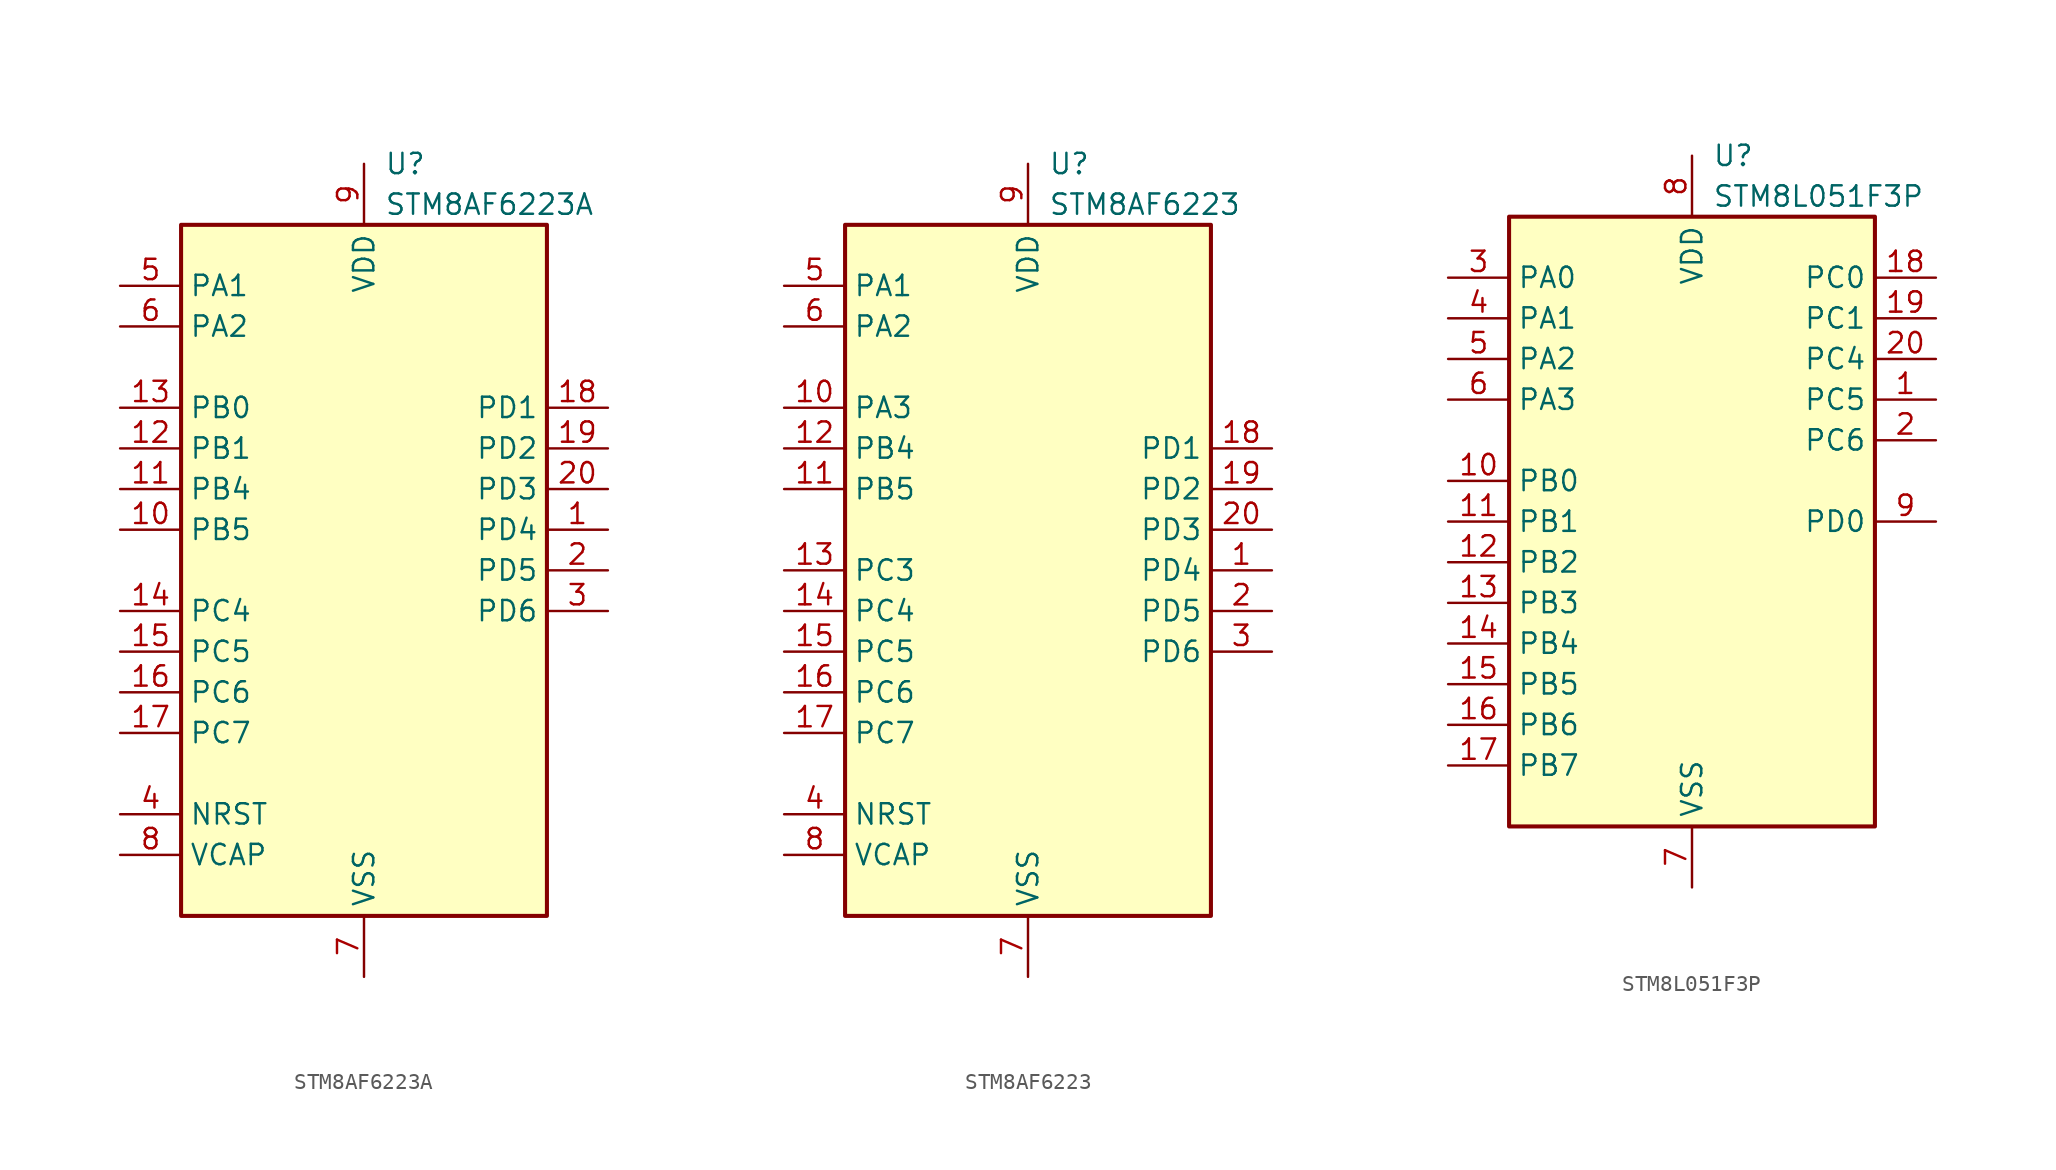
<source format=kicad_sym>
(kicad_symbol_lib
  (version 20201005)
  (generator kicad_symbol_editor)
  (symbol "STM8AF6223A"
    (property "Reference" "U"
      (at 1.27 25.4 0)
      (effects (font (size 1.27 1.27)) (justify left)))
    (property "Value" "STM8AF6223A"
      (at 1.27 22.86 0)
      (effects (font (size 1.27 1.27)) (justify left)))
    (symbol "STM8AF6223A_0_1"
      (rectangle (start -11.43 21.59) (end 11.43 -21.59) (stroke (width 0.254)) (fill (type background))))
    (symbol "STM8AF6223A_1_1"
      (pin bidirectional line (at 15.24 2.54 180) (length 3.81) (name "PD4" (effects (font (size 1.27 1.27)))) (number "1" (effects (font (size 1.27 1.27)))))
      (pin bidirectional line (at -15.24 2.54 0) (length 3.81) (name "PB5" (effects (font (size 1.27 1.27)))) (number "10" (effects (font (size 1.27 1.27)))))
      (pin bidirectional line (at -15.24 5.08 0) (length 3.81) (name "PB4" (effects (font (size 1.27 1.27)))) (number "11" (effects (font (size 1.27 1.27)))))
      (pin bidirectional line (at -15.24 7.62 0) (length 3.81) (name "PB1" (effects (font (size 1.27 1.27)))) (number "12" (effects (font (size 1.27 1.27)))))
      (pin bidirectional line (at -15.24 10.16 0) (length 3.81) (name "PB0" (effects (font (size 1.27 1.27)))) (number "13" (effects (font (size 1.27 1.27)))))
      (pin bidirectional line (at -15.24 -2.54 0) (length 3.81) (name "PC4" (effects (font (size 1.27 1.27)))) (number "14" (effects (font (size 1.27 1.27)))))
      (pin bidirectional line (at -15.24 -5.08 0) (length 3.81) (name "PC5" (effects (font (size 1.27 1.27)))) (number "15" (effects (font (size 1.27 1.27)))))
      (pin bidirectional line (at -15.24 -7.62 0) (length 3.81) (name "PC6" (effects (font (size 1.27 1.27)))) (number "16" (effects (font (size 1.27 1.27)))))
      (pin bidirectional line (at -15.24 -10.16 0) (length 3.81) (name "PC7" (effects (font (size 1.27 1.27)))) (number "17" (effects (font (size 1.27 1.27)))))
      (pin bidirectional line (at 15.24 10.16 180) (length 3.81) (name "PD1" (effects (font (size 1.27 1.27)))) (number "18" (effects (font (size 1.27 1.27)))))
      (pin bidirectional line (at 15.24 7.62 180) (length 3.81) (name "PD2" (effects (font (size 1.27 1.27)))) (number "19" (effects (font (size 1.27 1.27)))))
      (pin bidirectional line (at 15.24 0 180) (length 3.81) (name "PD5" (effects (font (size 1.27 1.27)))) (number "2" (effects (font (size 1.27 1.27)))))
      (pin bidirectional line (at 15.24 5.08 180) (length 3.81) (name "PD3" (effects (font (size 1.27 1.27)))) (number "20" (effects (font (size 1.27 1.27)))))
      (pin bidirectional line (at 15.24 -2.54 180) (length 3.81) (name "PD6" (effects (font (size 1.27 1.27)))) (number "3" (effects (font (size 1.27 1.27)))))
      (pin input line (at -15.24 -15.24 0) (length 3.81) (name "NRST" (effects (font (size 1.27 1.27)))) (number "4" (effects (font (size 1.27 1.27)))))
      (pin bidirectional line (at -15.24 17.78 0) (length 3.81) (name "PA1" (effects (font (size 1.27 1.27)))) (number "5" (effects (font (size 1.27 1.27)))))
      (pin bidirectional line (at -15.24 15.24 0) (length 3.81) (name "PA2" (effects (font (size 1.27 1.27)))) (number "6" (effects (font (size 1.27 1.27)))))
      (pin power_in line (at 0 -25.4 90) (length 3.81) (name "VSS" (effects (font (size 1.27 1.27)))) (number "7" (effects (font (size 1.27 1.27)))))
      (pin input line (at -15.24 -17.78 0) (length 3.81) (name "VCAP" (effects (font (size 1.27 1.27)))) (number "8" (effects (font (size 1.27 1.27)))))
      (pin power_in line (at 0 25.4 270) (length 3.81) (name "VDD" (effects (font (size 1.27 1.27)))) (number "9" (effects (font (size 1.27 1.27)))))))
  (symbol "STM8AF6223"
    (property "Reference" "U"
      (at 1.27 25.4 0)
      (effects (font (size 1.27 1.27)) (justify left)))
    (property "Value" "STM8AF6223"
      (at 1.27 22.86 0)
      (effects (font (size 1.27 1.27)) (justify left)))
    (symbol "STM8AF6223_0_1"
      (rectangle (start -11.43 21.59) (end 11.43 -21.59) (stroke (width 0.254)) (fill (type background))))
    (symbol "STM8AF6223_1_1"
      (pin bidirectional line (at 15.24 0 180) (length 3.81) (name "PD4" (effects (font (size 1.27 1.27)))) (number "1" (effects (font (size 1.27 1.27)))))
      (pin bidirectional line (at -15.24 10.16 0) (length 3.81) (name "PA3" (effects (font (size 1.27 1.27)))) (number "10" (effects (font (size 1.27 1.27)))))
      (pin bidirectional line (at -15.24 5.08 0) (length 3.81) (name "PB5" (effects (font (size 1.27 1.27)))) (number "11" (effects (font (size 1.27 1.27)))))
      (pin bidirectional line (at -15.24 7.62 0) (length 3.81) (name "PB4" (effects (font (size 1.27 1.27)))) (number "12" (effects (font (size 1.27 1.27)))))
      (pin bidirectional line (at -15.24 0 0) (length 3.81) (name "PC3" (effects (font (size 1.27 1.27)))) (number "13" (effects (font (size 1.27 1.27)))))
      (pin bidirectional line (at -15.24 -2.54 0) (length 3.81) (name "PC4" (effects (font (size 1.27 1.27)))) (number "14" (effects (font (size 1.27 1.27)))))
      (pin bidirectional line (at -15.24 -5.08 0) (length 3.81) (name "PC5" (effects (font (size 1.27 1.27)))) (number "15" (effects (font (size 1.27 1.27)))))
      (pin bidirectional line (at -15.24 -7.62 0) (length 3.81) (name "PC6" (effects (font (size 1.27 1.27)))) (number "16" (effects (font (size 1.27 1.27)))))
      (pin bidirectional line (at -15.24 -10.16 0) (length 3.81) (name "PC7" (effects (font (size 1.27 1.27)))) (number "17" (effects (font (size 1.27 1.27)))))
      (pin bidirectional line (at 15.24 7.62 180) (length 3.81) (name "PD1" (effects (font (size 1.27 1.27)))) (number "18" (effects (font (size 1.27 1.27)))))
      (pin bidirectional line (at 15.24 5.08 180) (length 3.81) (name "PD2" (effects (font (size 1.27 1.27)))) (number "19" (effects (font (size 1.27 1.27)))))
      (pin bidirectional line (at 15.24 -2.54 180) (length 3.81) (name "PD5" (effects (font (size 1.27 1.27)))) (number "2" (effects (font (size 1.27 1.27)))))
      (pin bidirectional line (at 15.24 2.54 180) (length 3.81) (name "PD3" (effects (font (size 1.27 1.27)))) (number "20" (effects (font (size 1.27 1.27)))))
      (pin bidirectional line (at 15.24 -5.08 180) (length 3.81) (name "PD6" (effects (font (size 1.27 1.27)))) (number "3" (effects (font (size 1.27 1.27)))))
      (pin input line (at -15.24 -15.24 0) (length 3.81) (name "NRST" (effects (font (size 1.27 1.27)))) (number "4" (effects (font (size 1.27 1.27)))))
      (pin bidirectional line (at -15.24 17.78 0) (length 3.81) (name "PA1" (effects (font (size 1.27 1.27)))) (number "5" (effects (font (size 1.27 1.27)))))
      (pin bidirectional line (at -15.24 15.24 0) (length 3.81) (name "PA2" (effects (font (size 1.27 1.27)))) (number "6" (effects (font (size 1.27 1.27)))))
      (pin power_in line (at 0 -25.4 90) (length 3.81) (name "VSS" (effects (font (size 1.27 1.27)))) (number "7" (effects (font (size 1.27 1.27)))))
      (pin input line (at -15.24 -17.78 0) (length 3.81) (name "VCAP" (effects (font (size 1.27 1.27)))) (number "8" (effects (font (size 1.27 1.27)))))
      (pin power_in line (at 0 25.4 270) (length 3.81) (name "VDD" (effects (font (size 1.27 1.27)))) (number "9" (effects (font (size 1.27 1.27)))))))
  (symbol "STM8L051F3P"
    (property "Reference" "U"
      (at 1.27 22.86 0)
      (effects (font (size 1.27 1.27)) (justify left)))
    (property "Value" "STM8L051F3P"
      (at 1.27 20.32 0)
      (effects (font (size 1.27 1.27)) (justify left)))
    (symbol "STM8L051F3P_0_1"
      (rectangle (start -11.43 19.05) (end 11.43 -19.05) (stroke (width 0.254)) (fill (type background))))
    (symbol "STM8L051F3P_1_1"
      (pin bidirectional line (at 15.24 7.62 180) (length 3.81) (name "PC5" (effects (font (size 1.27 1.27)))) (number "1" (effects (font (size 1.27 1.27)))))
      (pin bidirectional line (at -15.24 2.54 0) (length 3.81) (name "PB0" (effects (font (size 1.27 1.27)))) (number "10" (effects (font (size 1.27 1.27)))))
      (pin bidirectional line (at -15.24 0 0) (length 3.81) (name "PB1" (effects (font (size 1.27 1.27)))) (number "11" (effects (font (size 1.27 1.27)))))
      (pin bidirectional line (at -15.24 -2.54 0) (length 3.81) (name "PB2" (effects (font (size 1.27 1.27)))) (number "12" (effects (font (size 1.27 1.27)))))
      (pin bidirectional line (at -15.24 -5.08 0) (length 3.81) (name "PB3" (effects (font (size 1.27 1.27)))) (number "13" (effects (font (size 1.27 1.27)))))
      (pin bidirectional line (at -15.24 -7.62 0) (length 3.81) (name "PB4" (effects (font (size 1.27 1.27)))) (number "14" (effects (font (size 1.27 1.27)))))
      (pin bidirectional line (at -15.24 -10.16 0) (length 3.81) (name "PB5" (effects (font (size 1.27 1.27)))) (number "15" (effects (font (size 1.27 1.27)))))
      (pin bidirectional line (at -15.24 -12.7 0) (length 3.81) (name "PB6" (effects (font (size 1.27 1.27)))) (number "16" (effects (font (size 1.27 1.27)))))
      (pin bidirectional line (at -15.24 -15.24 0) (length 3.81) (name "PB7" (effects (font (size 1.27 1.27)))) (number "17" (effects (font (size 1.27 1.27)))))
      (pin bidirectional line (at 15.24 15.24 180) (length 3.81) (name "PC0" (effects (font (size 1.27 1.27)))) (number "18" (effects (font (size 1.27 1.27)))))
      (pin bidirectional line (at 15.24 12.7 180) (length 3.81) (name "PC1" (effects (font (size 1.27 1.27)))) (number "19" (effects (font (size 1.27 1.27)))))
      (pin bidirectional line (at 15.24 5.08 180) (length 3.81) (name "PC6" (effects (font (size 1.27 1.27)))) (number "2" (effects (font (size 1.27 1.27)))))
      (pin bidirectional line (at 15.24 10.16 180) (length 3.81) (name "PC4" (effects (font (size 1.27 1.27)))) (number "20" (effects (font (size 1.27 1.27)))))
      (pin power_in line (at -15.24 15.24 0) (length 3.81) (name "PA0" (effects (font (size 1.27 1.27)))) (number "3" (effects (font (size 1.27 1.27)))))
      (pin bidirectional line (at -15.24 12.7 0) (length 3.81) (name "PA1" (effects (font (size 1.27 1.27)))) (number "4" (effects (font (size 1.27 1.27)))))
      (pin bidirectional line (at -15.24 10.16 0) (length 3.81) (name "PA2" (effects (font (size 1.27 1.27)))) (number "5" (effects (font (size 1.27 1.27)))))
      (pin bidirectional line (at -15.24 7.62 0) (length 3.81) (name "PA3" (effects (font (size 1.27 1.27)))) (number "6" (effects (font (size 1.27 1.27)))))
      (pin power_in line (at 0 -22.86 90) (length 3.81) (name "VSS" (effects (font (size 1.27 1.27)))) (number "7" (effects (font (size 1.27 1.27)))))
      (pin power_in line (at 0 22.86 270) (length 3.81) (name "VDD" (effects (font (size 1.27 1.27)))) (number "8" (effects (font (size 1.27 1.27)))))
      (pin bidirectional line (at 15.24 0 180) (length 3.81) (name "PD0" (effects (font (size 1.27 1.27)))) (number "9" (effects (font (size 1.27 1.27))))))))
</source>
